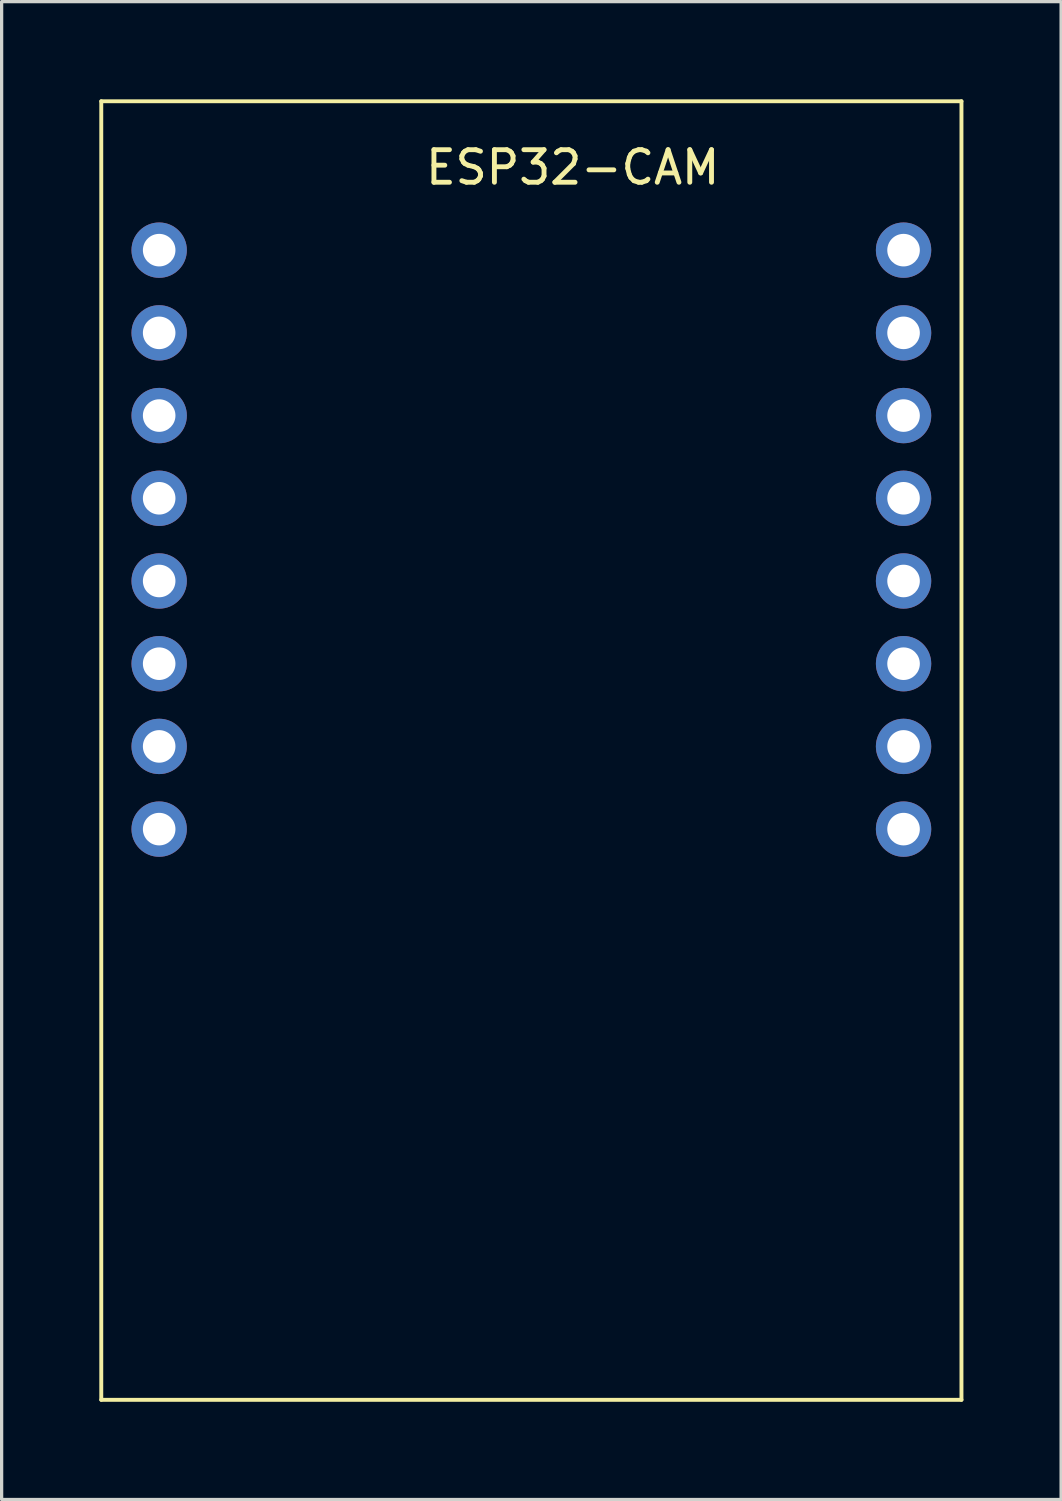
<source format=kicad_pcb>
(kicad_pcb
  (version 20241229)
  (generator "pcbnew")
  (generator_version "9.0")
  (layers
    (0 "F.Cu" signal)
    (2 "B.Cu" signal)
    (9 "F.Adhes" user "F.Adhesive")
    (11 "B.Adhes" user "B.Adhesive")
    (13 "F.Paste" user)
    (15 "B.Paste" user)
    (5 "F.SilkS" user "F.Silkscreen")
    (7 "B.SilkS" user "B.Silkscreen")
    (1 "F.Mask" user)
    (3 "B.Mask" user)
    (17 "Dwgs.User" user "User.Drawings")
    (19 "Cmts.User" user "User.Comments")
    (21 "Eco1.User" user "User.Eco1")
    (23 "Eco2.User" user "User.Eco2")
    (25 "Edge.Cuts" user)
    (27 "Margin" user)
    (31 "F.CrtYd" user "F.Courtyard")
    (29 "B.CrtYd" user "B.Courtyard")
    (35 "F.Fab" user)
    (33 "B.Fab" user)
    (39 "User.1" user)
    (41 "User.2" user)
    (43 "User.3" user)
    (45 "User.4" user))
  (footprint "ESP32-CAM"
    (layer "F.Cu")
    (at 14.538 12.252)
    (property "Reference" "ESP32-CAM" (at 0 -10.16 0) (layer "F.SilkS") (effects (font (size 1 1) (thickness 0.15))))
    (attr through_hole)
    (fp_line (start -14.478 -12.192) (end -14.478 27.686) (stroke (width 0.12) (type solid)) (layer "F.SilkS"))
    (fp_line (start -14.478 27.686) (end 11.938 27.686) (stroke (width 0.12) (type solid)) (layer "F.SilkS"))
    (fp_line (start 11.938 -12.192) (end -14.478 -12.192) (stroke (width 0.12) (type solid)) (layer "F.SilkS"))
    (fp_line (start 11.938 27.686) (end 11.938 -12.192) (stroke (width 0.12) (type solid)) (layer "F.SilkS"))
    (pad "1" thru_hole circle (at -12.7 -7.62) (size 1.7 1.7) (drill 1) (layers "*.Cu" "*.Mask"))
    (pad "2" thru_hole circle (at -12.7 -5.08) (size 1.7 1.7) (drill 1) (layers "*.Cu" "*.Mask"))
    (pad "3" thru_hole circle (at -12.7 -2.54) (size 1.7 1.7) (drill 1) (layers "*.Cu" "*.Mask"))
    (pad "4" thru_hole circle (at -12.7 0) (size 1.7 1.7) (drill 1) (layers "*.Cu" "*.Mask"))
    (pad "5" thru_hole circle (at -12.7 2.54) (size 1.7 1.7) (drill 1) (layers "*.Cu" "*.Mask"))
    (pad "6" thru_hole circle (at -12.7 5.08) (size 1.7 1.7) (drill 1) (layers "*.Cu" "*.Mask"))
    (pad "7" thru_hole circle (at -12.7 7.62) (size 1.7 1.7) (drill 1) (layers "*.Cu" "*.Mask"))
    (pad "8" thru_hole circle (at -12.7 10.16) (size 1.7 1.7) (drill 1) (layers "*.Cu" "*.Mask"))
    (pad "9" thru_hole circle (at 10.16 10.16) (size 1.7 1.7) (drill 1) (layers "*.Cu" "*.Mask"))
    (pad "10" thru_hole circle (at 10.16 7.62) (size 1.7 1.7) (drill 1) (layers "*.Cu" "*.Mask"))
    (pad "11" thru_hole circle (at 10.16 5.08) (size 1.7 1.7) (drill 1) (layers "*.Cu" "*.Mask"))
    (pad "12" thru_hole circle (at 10.16 2.54) (size 1.7 1.7) (drill 1) (layers "*.Cu" "*.Mask"))
    (pad "13" thru_hole circle (at 10.16 0) (size 1.7 1.7) (drill 1) (layers "*.Cu" "*.Mask"))
    (pad "14" thru_hole circle (at 10.16 -2.54) (size 1.7 1.7) (drill 1) (layers "*.Cu" "*.Mask"))
    (pad "15" thru_hole circle (at 10.16 -5.08) (size 1.7 1.7) (drill 1) (layers "*.Cu" "*.Mask"))
    (pad "16" thru_hole circle (at 10.16 -7.62) (size 1.7 1.7) (drill 1) (layers "*.Cu" "*.Mask")))
  (gr_rect
    (start -3 -3)
    (end 29.536 42.998)
    (stroke (width 0.1) (type default))
    (fill no)
    (layer "Edge.Cuts")))
</source>
